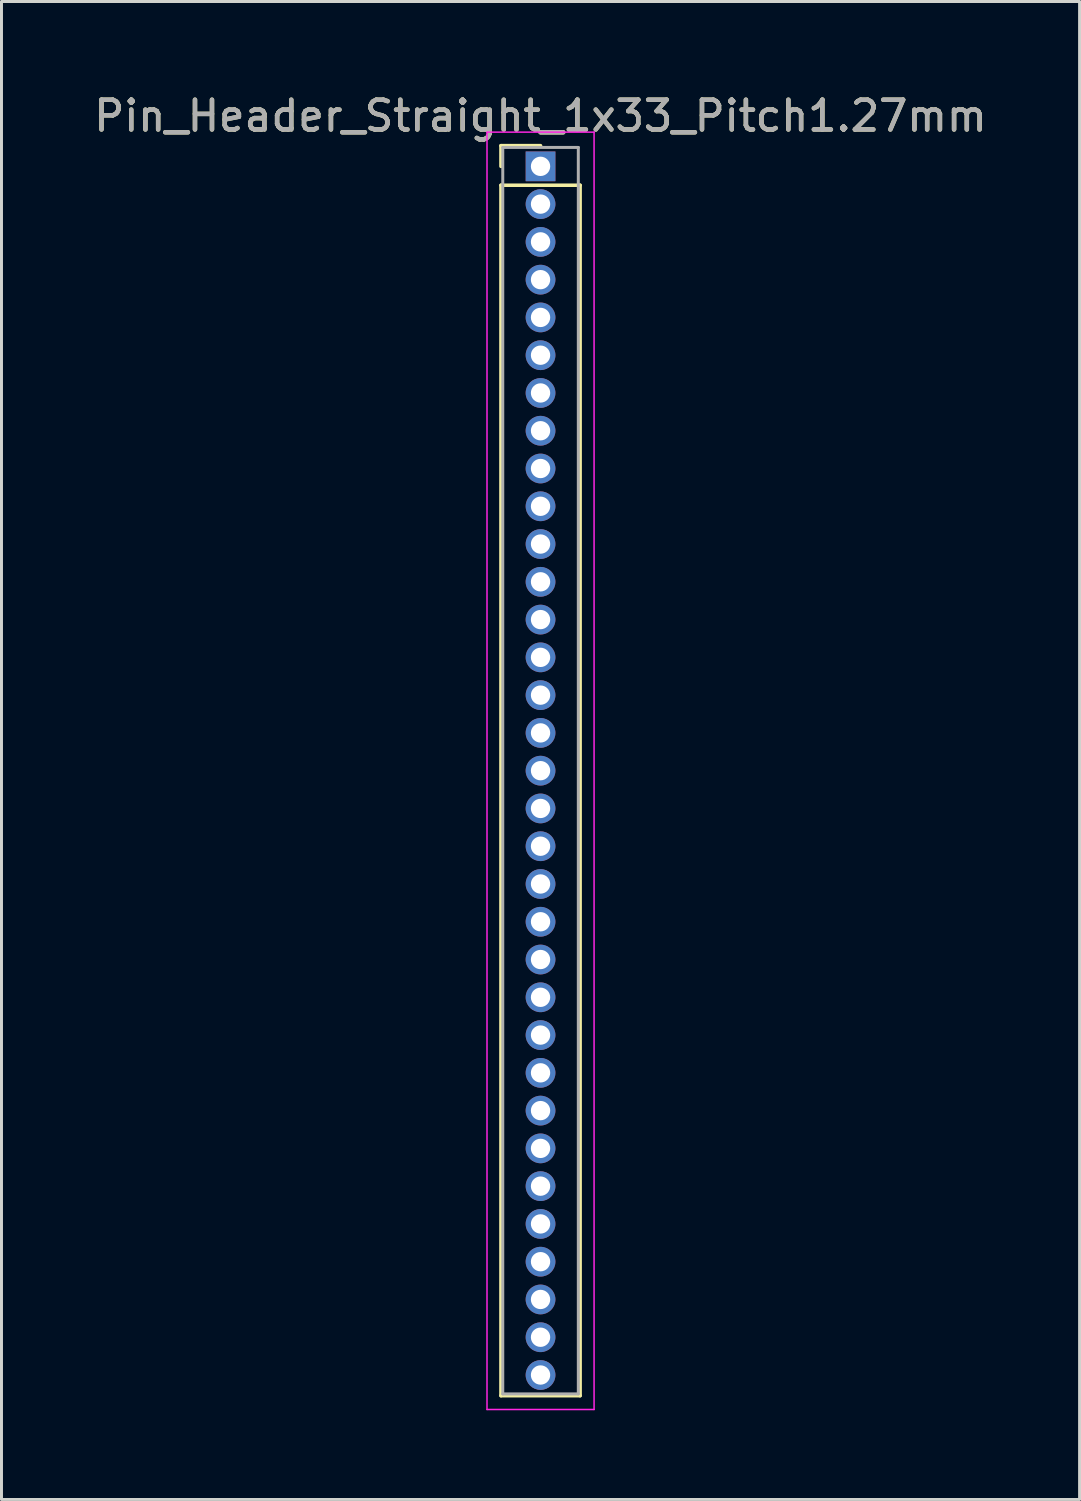
<source format=kicad_pcb>
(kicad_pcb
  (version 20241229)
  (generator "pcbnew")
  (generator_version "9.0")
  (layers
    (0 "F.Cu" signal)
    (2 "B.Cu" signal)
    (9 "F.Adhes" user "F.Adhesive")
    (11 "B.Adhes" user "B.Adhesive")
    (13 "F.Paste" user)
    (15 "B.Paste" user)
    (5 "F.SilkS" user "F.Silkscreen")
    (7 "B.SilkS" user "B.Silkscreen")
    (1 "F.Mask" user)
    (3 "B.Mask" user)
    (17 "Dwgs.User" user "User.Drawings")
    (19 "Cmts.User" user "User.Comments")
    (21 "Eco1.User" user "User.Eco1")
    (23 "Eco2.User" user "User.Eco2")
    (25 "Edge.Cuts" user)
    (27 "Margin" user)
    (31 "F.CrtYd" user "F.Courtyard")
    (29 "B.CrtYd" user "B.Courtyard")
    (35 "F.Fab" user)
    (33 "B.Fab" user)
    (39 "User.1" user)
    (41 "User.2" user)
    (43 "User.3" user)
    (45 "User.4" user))
  (footprint "Pin_Header_Straight_1x33_Pitch1.27mm"
    (layer "F.Cu")
    (at 15.125 2.543)
    (property "Reference" "Pin_Header_Straight_1x33_Pitch1.27mm" (at 0 -1.695 0) (layer "F.SilkS") (effects (font (size 1 1) (thickness 0.15))))
    (attr through_hole)
    (fp_line (start -1.33 -0.695) (end 0 -0.695) (stroke (width 0.12) (type solid)) (layer "F.SilkS"))
    (fp_line (start -1.33 0) (end -1.33 -0.695) (stroke (width 0.12) (type solid)) (layer "F.SilkS"))
    (fp_line (start -1.33 0.635) (end -1.33 41.335) (stroke (width 0.12) (type solid)) (layer "F.SilkS"))
    (fp_line (start -1.33 41.335) (end 1.33 41.335) (stroke (width 0.12) (type solid)) (layer "F.SilkS"))
    (fp_line (start 1.33 0.635) (end -1.33 0.635) (stroke (width 0.12) (type solid)) (layer "F.SilkS"))
    (fp_line (start 1.33 41.335) (end 1.33 0.635) (stroke (width 0.12) (type solid)) (layer "F.SilkS"))
    (fp_line (start -1.8 -1.15) (end -1.8 41.8) (stroke (width 0.05) (type solid)) (layer "F.CrtYd"))
    (fp_line (start -1.8 41.8) (end 1.8 41.8) (stroke (width 0.05) (type solid)) (layer "F.CrtYd"))
    (fp_line (start 1.8 -1.15) (end -1.8 -1.15) (stroke (width 0.05) (type solid)) (layer "F.CrtYd"))
    (fp_line (start 1.8 41.8) (end 1.8 -1.15) (stroke (width 0.05) (type solid)) (layer "F.CrtYd"))
    (fp_line (start -1.27 -0.635) (end -1.27 41.275) (stroke (width 0.1) (type solid)) (layer "F.Fab"))
    (fp_line (start -1.27 41.275) (end 1.27 41.275) (stroke (width 0.1) (type solid)) (layer "F.Fab"))
    (fp_line (start 1.27 -0.635) (end -1.27 -0.635) (stroke (width 0.1) (type solid)) (layer "F.Fab"))
    (fp_line (start 1.27 41.275) (end 1.27 -0.635) (stroke (width 0.1) (type solid)) (layer "F.Fab"))
    (fp_text user "${REFERENCE}" (at 0 -1.695 0) (layer "F.Fab") (effects (font (size 1 1) (thickness 0.15))))
    (pad "1" thru_hole rect (at 0 0) (size 1 1) (drill 0.65) (layers "*.Cu" "*.Mask"))
    (pad "2" thru_hole oval (at 0 1.27) (size 1 1) (drill 0.65) (layers "*.Cu" "*.Mask"))
    (pad "3" thru_hole oval (at 0 2.54) (size 1 1) (drill 0.65) (layers "*.Cu" "*.Mask"))
    (pad "4" thru_hole oval (at 0 3.81) (size 1 1) (drill 0.65) (layers "*.Cu" "*.Mask"))
    (pad "5" thru_hole oval (at 0 5.08) (size 1 1) (drill 0.65) (layers "*.Cu" "*.Mask"))
    (pad "6" thru_hole oval (at 0 6.35) (size 1 1) (drill 0.65) (layers "*.Cu" "*.Mask"))
    (pad "7" thru_hole oval (at 0 7.62) (size 1 1) (drill 0.65) (layers "*.Cu" "*.Mask"))
    (pad "8" thru_hole oval (at 0 8.89) (size 1 1) (drill 0.65) (layers "*.Cu" "*.Mask"))
    (pad "9" thru_hole oval (at 0 10.16) (size 1 1) (drill 0.65) (layers "*.Cu" "*.Mask"))
    (pad "10" thru_hole oval (at 0 11.43) (size 1 1) (drill 0.65) (layers "*.Cu" "*.Mask"))
    (pad "11" thru_hole oval (at 0 12.7) (size 1 1) (drill 0.65) (layers "*.Cu" "*.Mask"))
    (pad "12" thru_hole oval (at 0 13.97) (size 1 1) (drill 0.65) (layers "*.Cu" "*.Mask"))
    (pad "13" thru_hole oval (at 0 15.24) (size 1 1) (drill 0.65) (layers "*.Cu" "*.Mask"))
    (pad "14" thru_hole oval (at 0 16.51) (size 1 1) (drill 0.65) (layers "*.Cu" "*.Mask"))
    (pad "15" thru_hole oval (at 0 17.78) (size 1 1) (drill 0.65) (layers "*.Cu" "*.Mask"))
    (pad "16" thru_hole oval (at 0 19.05) (size 1 1) (drill 0.65) (layers "*.Cu" "*.Mask"))
    (pad "17" thru_hole oval (at 0 20.32) (size 1 1) (drill 0.65) (layers "*.Cu" "*.Mask"))
    (pad "18" thru_hole oval (at 0 21.59) (size 1 1) (drill 0.65) (layers "*.Cu" "*.Mask"))
    (pad "19" thru_hole oval (at 0 22.86) (size 1 1) (drill 0.65) (layers "*.Cu" "*.Mask"))
    (pad "20" thru_hole oval (at 0 24.13) (size 1 1) (drill 0.65) (layers "*.Cu" "*.Mask"))
    (pad "21" thru_hole oval (at 0 25.4) (size 1 1) (drill 0.65) (layers "*.Cu" "*.Mask"))
    (pad "22" thru_hole oval (at 0 26.67) (size 1 1) (drill 0.65) (layers "*.Cu" "*.Mask"))
    (pad "23" thru_hole oval (at 0 27.94) (size 1 1) (drill 0.65) (layers "*.Cu" "*.Mask"))
    (pad "24" thru_hole oval (at 0 29.21) (size 1 1) (drill 0.65) (layers "*.Cu" "*.Mask"))
    (pad "25" thru_hole oval (at 0 30.48) (size 1 1) (drill 0.65) (layers "*.Cu" "*.Mask"))
    (pad "26" thru_hole oval (at 0 31.75) (size 1 1) (drill 0.65) (layers "*.Cu" "*.Mask"))
    (pad "27" thru_hole oval (at 0 33.02) (size 1 1) (drill 0.65) (layers "*.Cu" "*.Mask"))
    (pad "28" thru_hole oval (at 0 34.29) (size 1 1) (drill 0.65) (layers "*.Cu" "*.Mask"))
    (pad "29" thru_hole oval (at 0 35.56) (size 1 1) (drill 0.65) (layers "*.Cu" "*.Mask"))
    (pad "30" thru_hole oval (at 0 36.83) (size 1 1) (drill 0.65) (layers "*.Cu" "*.Mask"))
    (pad "31" thru_hole oval (at 0 38.1) (size 1 1) (drill 0.65) (layers "*.Cu" "*.Mask"))
    (pad "32" thru_hole oval (at 0 39.37) (size 1 1) (drill 0.65) (layers "*.Cu" "*.Mask"))
    (pad "33" thru_hole oval (at 0 40.64) (size 1 1) (drill 0.65) (layers "*.Cu" "*.Mask")))
  (gr_rect
    (start -3 -3)
    (end 33.25 47.368)
    (stroke (width 0.1) (type default))
    (fill no)
    (layer "Edge.Cuts")))
</source>
